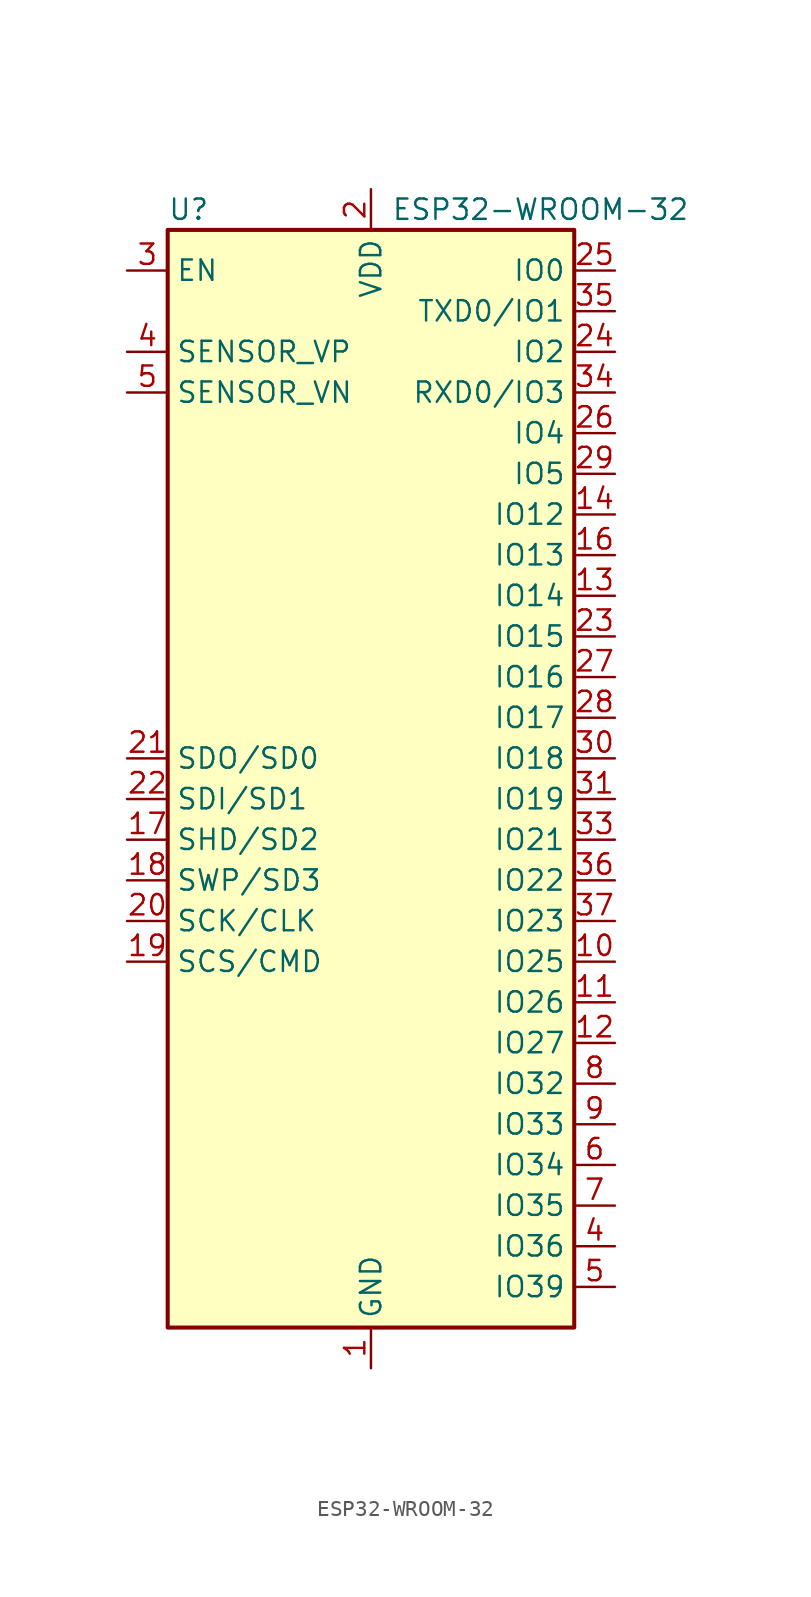
<source format=kicad_sym>
(kicad_symbol_lib
  (version 20231120)
  (generator "kicad_symbol_editor")
  (generator_version "8.0")
  (symbol "ESP32-WROOM-32"
    (property "Reference" "U"
      (at -12.7 34.29 0)
      (effects (font (size 1.27 1.27)) (justify left)))
    (property "Value" "ESP32-WROOM-32"
      (at 1.27 34.29 0)
      (effects (font (size 1.27 1.27)) (justify left)))
    (symbol "ESP32-WROOM-32_0_1"
      (rectangle (start -12.7 33.02) (end 12.7 -35.56) (stroke (width 0.254) (type default)) (fill (type background))))
    (symbol "ESP32-WROOM-32_1_1"
      (pin power_in line (at 0 -38.1 90) (length 2.54) (name "GND" (effects (font (size 1.27 1.27)))) (number "1" (effects (font (size 1.27 1.27)))))
      (pin bidirectional line (at 15.24 -12.7 180) (length 2.54) (name "IO25" (effects (font (size 1.27 1.27)))) (number "10" (effects (font (size 1.27 1.27)))))
      (pin bidirectional line (at 15.24 -15.24 180) (length 2.54) (name "IO26" (effects (font (size 1.27 1.27)))) (number "11" (effects (font (size 1.27 1.27)))))
      (pin bidirectional line (at 15.24 -17.78 180) (length 2.54) (name "IO27" (effects (font (size 1.27 1.27)))) (number "12" (effects (font (size 1.27 1.27)))))
      (pin bidirectional line (at 15.24 10.16 180) (length 2.54) (name "IO14" (effects (font (size 1.27 1.27)))) (number "13" (effects (font (size 1.27 1.27)))))
      (pin bidirectional line (at 15.24 15.24 180) (length 2.54) (name "IO12" (effects (font (size 1.27 1.27)))) (number "14" (effects (font (size 1.27 1.27)))))
      (pin passive line (at 0 -35.56 90) (length 2.54) hide (name "GND" (effects (font (size 1.27 1.27)))) (number "15" (effects (font (size 1.27 1.27)))))
      (pin bidirectional line (at 15.24 12.7 180) (length 2.54) (name "IO13" (effects (font (size 1.27 1.27)))) (number "16" (effects (font (size 1.27 1.27)))))
      (pin bidirectional line (at -15.24 -5.08 0) (length 2.54) (name "SHD/SD2" (effects (font (size 1.27 1.27)))) (number "17" (effects (font (size 1.27 1.27)))))
      (pin bidirectional line (at -15.24 -7.62 0) (length 2.54) (name "SWP/SD3" (effects (font (size 1.27 1.27)))) (number "18" (effects (font (size 1.27 1.27)))))
      (pin bidirectional line (at -15.24 -12.7 0) (length 2.54) (name "SCS/CMD" (effects (font (size 1.27 1.27)))) (number "19" (effects (font (size 1.27 1.27)))))
      (pin power_in line (at 0 35.56 270) (length 2.54) (name "VDD" (effects (font (size 1.27 1.27)))) (number "2" (effects (font (size 1.27 1.27)))))
      (pin bidirectional line (at -15.24 -10.16 0) (length 2.54) (name "SCK/CLK" (effects (font (size 1.27 1.27)))) (number "20" (effects (font (size 1.27 1.27)))))
      (pin bidirectional line (at -15.24 0 0) (length 2.54) (name "SDO/SD0" (effects (font (size 1.27 1.27)))) (number "21" (effects (font (size 1.27 1.27)))))
      (pin bidirectional line (at -15.24 -2.54 0) (length 2.54) (name "SDI/SD1" (effects (font (size 1.27 1.27)))) (number "22" (effects (font (size 1.27 1.27)))))
      (pin bidirectional line (at 15.24 7.62 180) (length 2.54) (name "IO15" (effects (font (size 1.27 1.27)))) (number "23" (effects (font (size 1.27 1.27)))))
      (pin bidirectional line (at 15.24 25.4 180) (length 2.54) (name "IO2" (effects (font (size 1.27 1.27)))) (number "24" (effects (font (size 1.27 1.27)))))
      (pin bidirectional line (at 15.24 30.48 180) (length 2.54) (name "IO0" (effects (font (size 1.27 1.27)))) (number "25" (effects (font (size 1.27 1.27)))))
      (pin bidirectional line (at 15.24 20.32 180) (length 2.54) (name "IO4" (effects (font (size 1.27 1.27)))) (number "26" (effects (font (size 1.27 1.27)))))
      (pin bidirectional line (at 15.24 5.08 180) (length 2.54) (name "IO16" (effects (font (size 1.27 1.27)))) (number "27" (effects (font (size 1.27 1.27)))))
      (pin bidirectional line (at 15.24 2.54 180) (length 2.54) (name "IO17" (effects (font (size 1.27 1.27)))) (number "28" (effects (font (size 1.27 1.27)))))
      (pin bidirectional line (at 15.24 17.78 180) (length 2.54) (name "IO5" (effects (font (size 1.27 1.27)))) (number "29" (effects (font (size 1.27 1.27)))))
      (pin input line (at -15.24 30.48 0) (length 2.54) (name "EN" (effects (font (size 1.27 1.27)))) (number "3" (effects (font (size 1.27 1.27)))))
      (pin bidirectional line (at 15.24 0 180) (length 2.54) (name "IO18" (effects (font (size 1.27 1.27)))) (number "30" (effects (font (size 1.27 1.27)))))
      (pin bidirectional line (at 15.24 -2.54 180) (length 2.54) (name "IO19" (effects (font (size 1.27 1.27)))) (number "31" (effects (font (size 1.27 1.27)))))
      (pin no_connect line (at -12.7 -27.94 0) (length 2.54) hide (name "NC" (effects (font (size 1.27 1.27)))) (number "32" (effects (font (size 1.27 1.27)))))
      (pin bidirectional line (at 15.24 -5.08 180) (length 2.54) (name "IO21" (effects (font (size 1.27 1.27)))) (number "33" (effects (font (size 1.27 1.27)))))
      (pin bidirectional line (at 15.24 22.86 180) (length 2.54) (name "RXD0/IO3" (effects (font (size 1.27 1.27)))) (number "34" (effects (font (size 1.27 1.27)))))
      (pin bidirectional line (at 15.24 27.94 180) (length 2.54) (name "TXD0/IO1" (effects (font (size 1.27 1.27)))) (number "35" (effects (font (size 1.27 1.27)))))
      (pin bidirectional line (at 15.24 -7.62 180) (length 2.54) (name "IO22" (effects (font (size 1.27 1.27)))) (number "36" (effects (font (size 1.27 1.27)))))
      (pin bidirectional line (at 15.24 -10.16 180) (length 2.54) (name "IO23" (effects (font (size 1.27 1.27)))) (number "37" (effects (font (size 1.27 1.27)))))
      (pin passive line (at 0 -35.56 90) (length 2.54) hide (name "GND" (effects (font (size 1.27 1.27)))) (number "38" (effects (font (size 1.27 1.27)))))
      (pin passive line (at 0 -35.56 90) (length 2.54) hide (name "GND" (effects (font (size 1.27 1.27)))) (number "39" (effects (font (size 1.27 1.27)))))
      (pin input line (at 15.24 -30.48 180) (length 2.54) (name "IO36" (effects (font (size 1.27 1.27)))) (number "4" (effects (font (size 1.27 1.27)))))
      (pin input line (at -15.24 25.4 0) (length 2.54) (name "SENSOR_VP" (effects (font (size 1.27 1.27)))) (number "4" (effects (font (size 1.27 1.27)))))
      (pin input line (at 15.24 -33.02 180) (length 2.54) (name "IO39" (effects (font (size 1.27 1.27)))) (number "5" (effects (font (size 1.27 1.27)))))
      (pin input line (at -15.24 22.86 0) (length 2.54) (name "SENSOR_VN" (effects (font (size 1.27 1.27)))) (number "5" (effects (font (size 1.27 1.27)))))
      (pin input line (at 15.24 -25.4 180) (length 2.54) (name "IO34" (effects (font (size 1.27 1.27)))) (number "6" (effects (font (size 1.27 1.27)))))
      (pin input line (at 15.24 -27.94 180) (length 2.54) (name "IO35" (effects (font (size 1.27 1.27)))) (number "7" (effects (font (size 1.27 1.27)))))
      (pin bidirectional line (at 15.24 -20.32 180) (length 2.54) (name "IO32" (effects (font (size 1.27 1.27)))) (number "8" (effects (font (size 1.27 1.27)))))
      (pin bidirectional line (at 15.24 -22.86 180) (length 2.54) (name "IO33" (effects (font (size 1.27 1.27)))) (number "9" (effects (font (size 1.27 1.27))))))))
</source>
